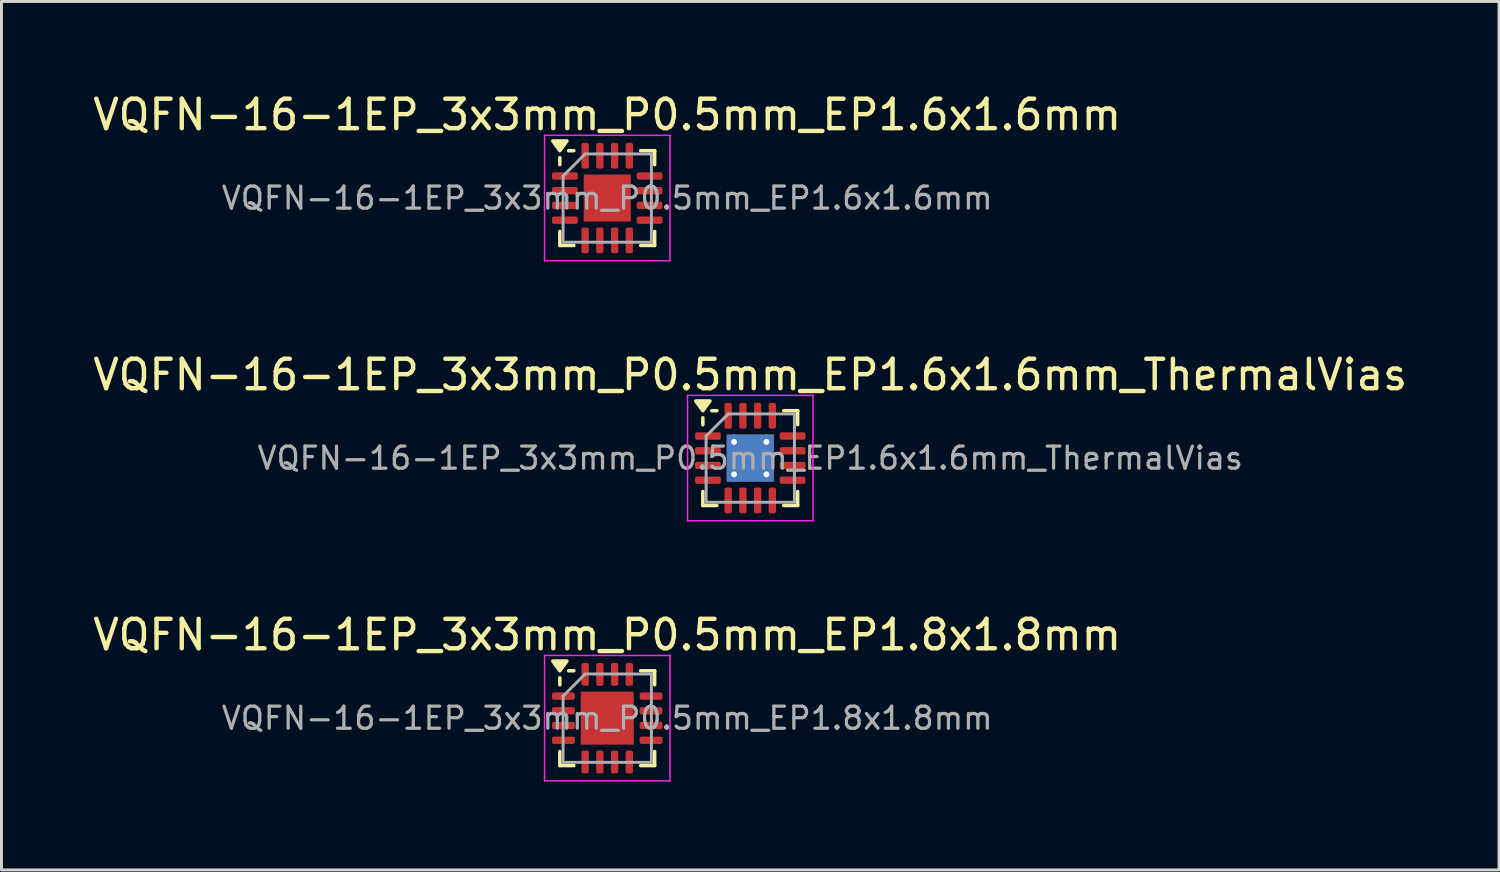
<source format=kicad_pcb>
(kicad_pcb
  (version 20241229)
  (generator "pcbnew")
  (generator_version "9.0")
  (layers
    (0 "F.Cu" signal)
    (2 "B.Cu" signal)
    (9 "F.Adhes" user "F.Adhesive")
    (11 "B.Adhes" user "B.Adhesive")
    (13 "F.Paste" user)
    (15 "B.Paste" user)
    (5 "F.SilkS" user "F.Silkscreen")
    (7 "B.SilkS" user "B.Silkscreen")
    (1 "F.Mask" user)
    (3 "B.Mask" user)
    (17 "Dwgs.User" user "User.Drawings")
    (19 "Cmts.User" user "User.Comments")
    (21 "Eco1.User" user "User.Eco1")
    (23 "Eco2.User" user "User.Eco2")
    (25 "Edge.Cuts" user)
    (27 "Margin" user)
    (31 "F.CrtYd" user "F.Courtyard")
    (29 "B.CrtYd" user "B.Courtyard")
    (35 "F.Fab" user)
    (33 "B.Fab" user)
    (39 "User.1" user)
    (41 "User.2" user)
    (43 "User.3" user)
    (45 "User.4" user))
  (footprint "VQFN-16-1EP_3x3mm_P0.5mm_EP1.6x1.6mm"
    (layer "F.Cu")
    (at 17.577 3.678)
    (property "Reference" "VQFN-16-1EP_3x3mm_P0.5mm_EP1.6x1.6mm" (at 0 -2.83 0) (layer "F.SilkS") (effects (font (size 1 1) (thickness 0.15))))
    (attr smd)
    (fp_line (start -1.61 -1.135) (end -1.61 -1.37) (stroke (width 0.12) (type solid)) (layer "F.SilkS"))
    (fp_line (start -1.61 1.61) (end -1.61 1.135) (stroke (width 0.12) (type solid)) (layer "F.SilkS"))
    (fp_line (start -1.135 -1.61) (end -1.31 -1.61) (stroke (width 0.12) (type solid)) (layer "F.SilkS"))
    (fp_line (start -1.135 1.61) (end -1.61 1.61) (stroke (width 0.12) (type solid)) (layer "F.SilkS"))
    (fp_line (start 1.135 -1.61) (end 1.61 -1.61) (stroke (width 0.12) (type solid)) (layer "F.SilkS"))
    (fp_line (start 1.135 1.61) (end 1.61 1.61) (stroke (width 0.12) (type solid)) (layer "F.SilkS"))
    (fp_line (start 1.61 -1.61) (end 1.61 -1.135) (stroke (width 0.12) (type solid)) (layer "F.SilkS"))
    (fp_line (start 1.61 1.61) (end 1.61 1.135) (stroke (width 0.12) (type solid)) (layer "F.SilkS"))
    (fp_poly (pts (xy -1.61 -1.61) (xy -1.85 -1.94) (xy -1.37 -1.94) (xy -1.61 -1.61)) (stroke (width 0.12) (type solid)) (fill yes) (layer "F.SilkS"))
    (fp_line (start -2.13 -2.13) (end -2.13 2.13) (stroke (width 0.05) (type solid)) (layer "F.CrtYd"))
    (fp_line (start -2.13 2.13) (end 2.13 2.13) (stroke (width 0.05) (type solid)) (layer "F.CrtYd"))
    (fp_line (start 2.13 -2.13) (end -2.13 -2.13) (stroke (width 0.05) (type solid)) (layer "F.CrtYd"))
    (fp_line (start 2.13 2.13) (end 2.13 -2.13) (stroke (width 0.05) (type solid)) (layer "F.CrtYd"))
    (fp_line (start -1.5 -0.75) (end -0.75 -1.5) (stroke (width 0.1) (type solid)) (layer "F.Fab"))
    (fp_line (start -1.5 1.5) (end -1.5 -0.75) (stroke (width 0.1) (type solid)) (layer "F.Fab"))
    (fp_line (start -0.75 -1.5) (end 1.5 -1.5) (stroke (width 0.1) (type solid)) (layer "F.Fab"))
    (fp_line (start 1.5 -1.5) (end 1.5 1.5) (stroke (width 0.1) (type solid)) (layer "F.Fab"))
    (fp_line (start 1.5 1.5) (end -1.5 1.5) (stroke (width 0.1) (type solid)) (layer "F.Fab"))
    (fp_text user "${REFERENCE}" (at 0 0 0) (layer "F.Fab") (effects (font (size 0.75 0.75) (thickness 0.11))))
    (pad "" smd roundrect (at -0.4 -0.4) (size 0.64 0.64) (layers "F.Paste") (roundrect_rratio 0.25))
    (pad "" smd roundrect (at -0.4 0.4) (size 0.64 0.64) (layers "F.Paste") (roundrect_rratio 0.25))
    (pad "" smd roundrect (at 0.4 -0.4) (size 0.64 0.64) (layers "F.Paste") (roundrect_rratio 0.25))
    (pad "" smd roundrect (at 0.4 0.4) (size 0.64 0.64) (layers "F.Paste") (roundrect_rratio 0.25))
    (pad "1" smd roundrect (at -1.438 -0.75) (size 0.875 0.25) (layers "F.Cu" "F.Mask" "F.Paste") (roundrect_rratio 0.25))
    (pad "2" smd roundrect (at -1.438 -0.25) (size 0.875 0.25) (layers "F.Cu" "F.Mask" "F.Paste") (roundrect_rratio 0.25))
    (pad "3" smd roundrect (at -1.438 0.25) (size 0.875 0.25) (layers "F.Cu" "F.Mask" "F.Paste") (roundrect_rratio 0.25))
    (pad "4" smd roundrect (at -1.438 0.75) (size 0.875 0.25) (layers "F.Cu" "F.Mask" "F.Paste") (roundrect_rratio 0.25))
    (pad "5" smd roundrect (at -0.75 1.438) (size 0.25 0.875) (layers "F.Cu" "F.Mask" "F.Paste") (roundrect_rratio 0.25))
    (pad "6" smd roundrect (at -0.25 1.438) (size 0.25 0.875) (layers "F.Cu" "F.Mask" "F.Paste") (roundrect_rratio 0.25))
    (pad "7" smd roundrect (at 0.25 1.438) (size 0.25 0.875) (layers "F.Cu" "F.Mask" "F.Paste") (roundrect_rratio 0.25))
    (pad "8" smd roundrect (at 0.75 1.438) (size 0.25 0.875) (layers "F.Cu" "F.Mask" "F.Paste") (roundrect_rratio 0.25))
    (pad "9" smd roundrect (at 1.438 0.75) (size 0.875 0.25) (layers "F.Cu" "F.Mask" "F.Paste") (roundrect_rratio 0.25))
    (pad "10" smd roundrect (at 1.438 0.25) (size 0.875 0.25) (layers "F.Cu" "F.Mask" "F.Paste") (roundrect_rratio 0.25))
    (pad "11" smd roundrect (at 1.438 -0.25) (size 0.875 0.25) (layers "F.Cu" "F.Mask" "F.Paste") (roundrect_rratio 0.25))
    (pad "12" smd roundrect (at 1.438 -0.75) (size 0.875 0.25) (layers "F.Cu" "F.Mask" "F.Paste") (roundrect_rratio 0.25))
    (pad "13" smd roundrect (at 0.75 -1.438) (size 0.25 0.875) (layers "F.Cu" "F.Mask" "F.Paste") (roundrect_rratio 0.25))
    (pad "14" smd roundrect (at 0.25 -1.438) (size 0.25 0.875) (layers "F.Cu" "F.Mask" "F.Paste") (roundrect_rratio 0.25))
    (pad "15" smd roundrect (at -0.25 -1.438) (size 0.25 0.875) (layers "F.Cu" "F.Mask" "F.Paste") (roundrect_rratio 0.25))
    (pad "16" smd roundrect (at -0.75 -1.438) (size 0.25 0.875) (layers "F.Cu" "F.Mask" "F.Paste") (roundrect_rratio 0.25))
    (pad "17" smd rect (at 0 0) (size 1.6 1.6) (property pad_prop_heatsink) (layers "F.Cu" "F.Mask")))
  (footprint "VQFN-16-1EP_3x3mm_P0.5mm_EP1.8x1.8mm"
    (layer "F.Cu")
    (at 17.577 21.345)
    (property "Reference" "VQFN-16-1EP_3x3mm_P0.5mm_EP1.8x1.8mm" (at 0 -2.83 0) (layer "F.SilkS") (effects (font (size 1 1) (thickness 0.15))))
    (attr smd)
    (fp_line (start -1.61 -1.135) (end -1.61 -1.37) (stroke (width 0.12) (type solid)) (layer "F.SilkS"))
    (fp_line (start -1.61 1.61) (end -1.61 1.135) (stroke (width 0.12) (type solid)) (layer "F.SilkS"))
    (fp_line (start -1.135 -1.61) (end -1.31 -1.61) (stroke (width 0.12) (type solid)) (layer "F.SilkS"))
    (fp_line (start -1.135 1.61) (end -1.61 1.61) (stroke (width 0.12) (type solid)) (layer "F.SilkS"))
    (fp_line (start 1.135 -1.61) (end 1.61 -1.61) (stroke (width 0.12) (type solid)) (layer "F.SilkS"))
    (fp_line (start 1.135 1.61) (end 1.61 1.61) (stroke (width 0.12) (type solid)) (layer "F.SilkS"))
    (fp_line (start 1.61 -1.61) (end 1.61 -1.135) (stroke (width 0.12) (type solid)) (layer "F.SilkS"))
    (fp_line (start 1.61 1.61) (end 1.61 1.135) (stroke (width 0.12) (type solid)) (layer "F.SilkS"))
    (fp_poly (pts (xy -1.61 -1.61) (xy -1.85 -1.94) (xy -1.37 -1.94) (xy -1.61 -1.61)) (stroke (width 0.12) (type solid)) (fill yes) (layer "F.SilkS"))
    (fp_line (start -2.13 -2.13) (end -2.13 2.13) (stroke (width 0.05) (type solid)) (layer "F.CrtYd"))
    (fp_line (start -2.13 2.13) (end 2.13 2.13) (stroke (width 0.05) (type solid)) (layer "F.CrtYd"))
    (fp_line (start 2.13 -2.13) (end -2.13 -2.13) (stroke (width 0.05) (type solid)) (layer "F.CrtYd"))
    (fp_line (start 2.13 2.13) (end 2.13 -2.13) (stroke (width 0.05) (type solid)) (layer "F.CrtYd"))
    (fp_line (start -1.5 -0.75) (end -0.75 -1.5) (stroke (width 0.1) (type solid)) (layer "F.Fab"))
    (fp_line (start -1.5 1.5) (end -1.5 -0.75) (stroke (width 0.1) (type solid)) (layer "F.Fab"))
    (fp_line (start -0.75 -1.5) (end 1.5 -1.5) (stroke (width 0.1) (type solid)) (layer "F.Fab"))
    (fp_line (start 1.5 -1.5) (end 1.5 1.5) (stroke (width 0.1) (type solid)) (layer "F.Fab"))
    (fp_line (start 1.5 1.5) (end -1.5 1.5) (stroke (width 0.1) (type solid)) (layer "F.Fab"))
    (fp_text user "${REFERENCE}" (at 0 0 0) (layer "F.Fab") (effects (font (size 0.75 0.75) (thickness 0.11))))
    (pad "" smd roundrect (at -0.45 -0.45) (size 0.73 0.73) (layers "F.Paste") (roundrect_rratio 0.25))
    (pad "" smd roundrect (at -0.45 0.45) (size 0.73 0.73) (layers "F.Paste") (roundrect_rratio 0.25))
    (pad "" smd roundrect (at 0.45 -0.45) (size 0.73 0.73) (layers "F.Paste") (roundrect_rratio 0.25))
    (pad "" smd roundrect (at 0.45 0.45) (size 0.73 0.73) (layers "F.Paste") (roundrect_rratio 0.25))
    (pad "1" smd roundrect (at -1.488 -0.75) (size 0.775 0.25) (layers "F.Cu" "F.Mask" "F.Paste") (roundrect_rratio 0.25))
    (pad "2" smd roundrect (at -1.488 -0.25) (size 0.775 0.25) (layers "F.Cu" "F.Mask" "F.Paste") (roundrect_rratio 0.25))
    (pad "3" smd roundrect (at -1.488 0.25) (size 0.775 0.25) (layers "F.Cu" "F.Mask" "F.Paste") (roundrect_rratio 0.25))
    (pad "4" smd roundrect (at -1.488 0.75) (size 0.775 0.25) (layers "F.Cu" "F.Mask" "F.Paste") (roundrect_rratio 0.25))
    (pad "5" smd roundrect (at -0.75 1.488) (size 0.25 0.775) (layers "F.Cu" "F.Mask" "F.Paste") (roundrect_rratio 0.25))
    (pad "6" smd roundrect (at -0.25 1.488) (size 0.25 0.775) (layers "F.Cu" "F.Mask" "F.Paste") (roundrect_rratio 0.25))
    (pad "7" smd roundrect (at 0.25 1.488) (size 0.25 0.775) (layers "F.Cu" "F.Mask" "F.Paste") (roundrect_rratio 0.25))
    (pad "8" smd roundrect (at 0.75 1.488) (size 0.25 0.775) (layers "F.Cu" "F.Mask" "F.Paste") (roundrect_rratio 0.25))
    (pad "9" smd roundrect (at 1.488 0.75) (size 0.775 0.25) (layers "F.Cu" "F.Mask" "F.Paste") (roundrect_rratio 0.25))
    (pad "10" smd roundrect (at 1.488 0.25) (size 0.775 0.25) (layers "F.Cu" "F.Mask" "F.Paste") (roundrect_rratio 0.25))
    (pad "11" smd roundrect (at 1.488 -0.25) (size 0.775 0.25) (layers "F.Cu" "F.Mask" "F.Paste") (roundrect_rratio 0.25))
    (pad "12" smd roundrect (at 1.488 -0.75) (size 0.775 0.25) (layers "F.Cu" "F.Mask" "F.Paste") (roundrect_rratio 0.25))
    (pad "13" smd roundrect (at 0.75 -1.488) (size 0.25 0.775) (layers "F.Cu" "F.Mask" "F.Paste") (roundrect_rratio 0.25))
    (pad "14" smd roundrect (at 0.25 -1.488) (size 0.25 0.775) (layers "F.Cu" "F.Mask" "F.Paste") (roundrect_rratio 0.25))
    (pad "15" smd roundrect (at -0.25 -1.488) (size 0.25 0.775) (layers "F.Cu" "F.Mask" "F.Paste") (roundrect_rratio 0.25))
    (pad "16" smd roundrect (at -0.75 -1.488) (size 0.25 0.775) (layers "F.Cu" "F.Mask" "F.Paste") (roundrect_rratio 0.25))
    (pad "17" smd rect (at 0 0) (size 1.8 1.8) (property pad_prop_heatsink) (layers "F.Cu" "F.Mask")))
  (footprint "VQFN-16-1EP_3x3mm_P0.5mm_EP1.6x1.6mm_ThermalVias"
    (layer "F.Cu")
    (at 22.435 12.511)
    (property "Reference" "VQFN-16-1EP_3x3mm_P0.5mm_EP1.6x1.6mm_ThermalVias" (at 0 -2.83 0) (layer "F.SilkS") (effects (font (size 1 1) (thickness 0.15))))
    (attr smd)
    (fp_line (start -1.61 -1.135) (end -1.61 -1.37) (stroke (width 0.12) (type solid)) (layer "F.SilkS"))
    (fp_line (start -1.61 1.61) (end -1.61 1.135) (stroke (width 0.12) (type solid)) (layer "F.SilkS"))
    (fp_line (start -1.135 -1.61) (end -1.31 -1.61) (stroke (width 0.12) (type solid)) (layer "F.SilkS"))
    (fp_line (start -1.135 1.61) (end -1.61 1.61) (stroke (width 0.12) (type solid)) (layer "F.SilkS"))
    (fp_line (start 1.135 -1.61) (end 1.61 -1.61) (stroke (width 0.12) (type solid)) (layer "F.SilkS"))
    (fp_line (start 1.135 1.61) (end 1.61 1.61) (stroke (width 0.12) (type solid)) (layer "F.SilkS"))
    (fp_line (start 1.61 -1.61) (end 1.61 -1.135) (stroke (width 0.12) (type solid)) (layer "F.SilkS"))
    (fp_line (start 1.61 1.61) (end 1.61 1.135) (stroke (width 0.12) (type solid)) (layer "F.SilkS"))
    (fp_poly (pts (xy -1.61 -1.61) (xy -1.85 -1.94) (xy -1.37 -1.94) (xy -1.61 -1.61)) (stroke (width 0.12) (type solid)) (fill yes) (layer "F.SilkS"))
    (fp_line (start -2.13 -2.13) (end -2.13 2.13) (stroke (width 0.05) (type solid)) (layer "F.CrtYd"))
    (fp_line (start -2.13 2.13) (end 2.13 2.13) (stroke (width 0.05) (type solid)) (layer "F.CrtYd"))
    (fp_line (start 2.13 -2.13) (end -2.13 -2.13) (stroke (width 0.05) (type solid)) (layer "F.CrtYd"))
    (fp_line (start 2.13 2.13) (end 2.13 -2.13) (stroke (width 0.05) (type solid)) (layer "F.CrtYd"))
    (fp_line (start -1.5 -0.75) (end -0.75 -1.5) (stroke (width 0.1) (type solid)) (layer "F.Fab"))
    (fp_line (start -1.5 1.5) (end -1.5 -0.75) (stroke (width 0.1) (type solid)) (layer "F.Fab"))
    (fp_line (start -0.75 -1.5) (end 1.5 -1.5) (stroke (width 0.1) (type solid)) (layer "F.Fab"))
    (fp_line (start 1.5 -1.5) (end 1.5 1.5) (stroke (width 0.1) (type solid)) (layer "F.Fab"))
    (fp_line (start 1.5 1.5) (end -1.5 1.5) (stroke (width 0.1) (type solid)) (layer "F.Fab"))
    (fp_text user "${REFERENCE}" (at 0 0 0) (layer "F.Fab") (effects (font (size 0.75 0.75) (thickness 0.11))))
    (pad "" smd roundrect (at -0.4 -0.4) (size 0.69 0.69) (layers "F.Paste") (roundrect_rratio 0.25))
    (pad "" smd roundrect (at -0.4 0.4) (size 0.69 0.69) (layers "F.Paste") (roundrect_rratio 0.25))
    (pad "" smd roundrect (at 0.4 -0.4) (size 0.69 0.69) (layers "F.Paste") (roundrect_rratio 0.25))
    (pad "" smd roundrect (at 0.4 0.4) (size 0.69 0.69) (layers "F.Paste") (roundrect_rratio 0.25))
    (pad "1" smd roundrect (at -1.438 -0.75) (size 0.875 0.25) (layers "F.Cu" "F.Mask" "F.Paste") (roundrect_rratio 0.25))
    (pad "2" smd roundrect (at -1.438 -0.25) (size 0.875 0.25) (layers "F.Cu" "F.Mask" "F.Paste") (roundrect_rratio 0.25))
    (pad "3" smd roundrect (at -1.438 0.25) (size 0.875 0.25) (layers "F.Cu" "F.Mask" "F.Paste") (roundrect_rratio 0.25))
    (pad "4" smd roundrect (at -1.438 0.75) (size 0.875 0.25) (layers "F.Cu" "F.Mask" "F.Paste") (roundrect_rratio 0.25))
    (pad "5" smd roundrect (at -0.75 1.438) (size 0.25 0.875) (layers "F.Cu" "F.Mask" "F.Paste") (roundrect_rratio 0.25))
    (pad "6" smd roundrect (at -0.25 1.438) (size 0.25 0.875) (layers "F.Cu" "F.Mask" "F.Paste") (roundrect_rratio 0.25))
    (pad "7" smd roundrect (at 0.25 1.438) (size 0.25 0.875) (layers "F.Cu" "F.Mask" "F.Paste") (roundrect_rratio 0.25))
    (pad "8" smd roundrect (at 0.75 1.438) (size 0.25 0.875) (layers "F.Cu" "F.Mask" "F.Paste") (roundrect_rratio 0.25))
    (pad "9" smd roundrect (at 1.438 0.75) (size 0.875 0.25) (layers "F.Cu" "F.Mask" "F.Paste") (roundrect_rratio 0.25))
    (pad "10" smd roundrect (at 1.438 0.25) (size 0.875 0.25) (layers "F.Cu" "F.Mask" "F.Paste") (roundrect_rratio 0.25))
    (pad "11" smd roundrect (at 1.438 -0.25) (size 0.875 0.25) (layers "F.Cu" "F.Mask" "F.Paste") (roundrect_rratio 0.25))
    (pad "12" smd roundrect (at 1.438 -0.75) (size 0.875 0.25) (layers "F.Cu" "F.Mask" "F.Paste") (roundrect_rratio 0.25))
    (pad "13" smd roundrect (at 0.75 -1.438) (size 0.25 0.875) (layers "F.Cu" "F.Mask" "F.Paste") (roundrect_rratio 0.25))
    (pad "14" smd roundrect (at 0.25 -1.438) (size 0.25 0.875) (layers "F.Cu" "F.Mask" "F.Paste") (roundrect_rratio 0.25))
    (pad "15" smd roundrect (at -0.25 -1.438) (size 0.25 0.875) (layers "F.Cu" "F.Mask" "F.Paste") (roundrect_rratio 0.25))
    (pad "16" smd roundrect (at -0.75 -1.438) (size 0.25 0.875) (layers "F.Cu" "F.Mask" "F.Paste") (roundrect_rratio 0.25))
    (pad "17" thru_hole circle (at -0.55 -0.55) (size 0.5 0.5) (drill 0.2) (property pad_prop_heatsink) (layers "*.Cu"))
    (pad "17" thru_hole circle (at -0.55 0.55) (size 0.5 0.5) (drill 0.2) (property pad_prop_heatsink) (layers "*.Cu"))
    (pad "17" smd rect (at 0 0) (size 1.6 1.6) (property pad_prop_heatsink) (layers "F.Cu" "F.Mask"))
    (pad "17" smd rect (at 0 0) (size 1.6 1.6) (property pad_prop_heatsink) (layers "B.Cu"))
    (pad "17" thru_hole circle (at 0.55 -0.55) (size 0.5 0.5) (drill 0.2) (property pad_prop_heatsink) (layers "*.Cu"))
    (pad "17" thru_hole circle (at 0.55 0.55) (size 0.5 0.5) (drill 0.2) (property pad_prop_heatsink) (layers "*.Cu")))
  (gr_rect
    (start -3 -3)
    (end 47.869 26.5)
    (stroke (width 0.1) (type default))
    (fill no)
    (layer "Edge.Cuts")))
</source>
